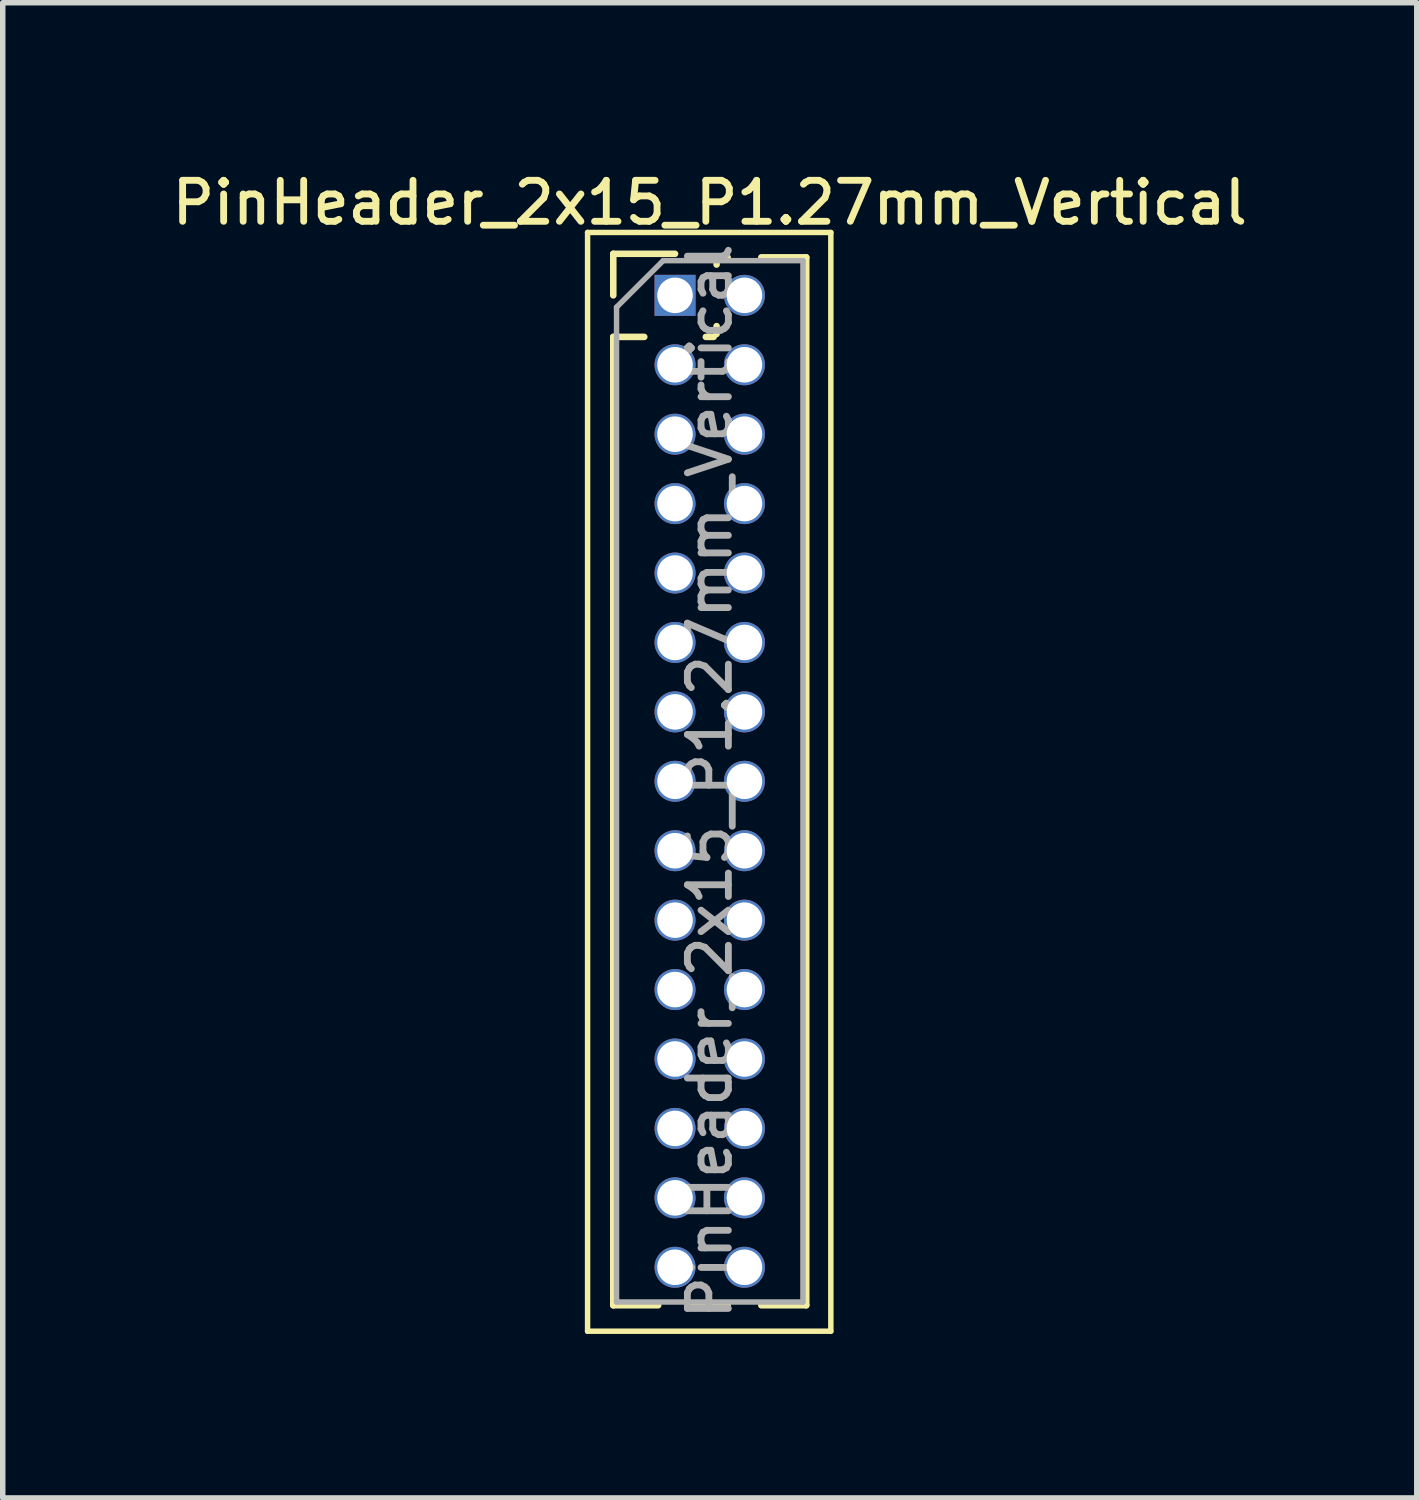
<source format=kicad_pcb>
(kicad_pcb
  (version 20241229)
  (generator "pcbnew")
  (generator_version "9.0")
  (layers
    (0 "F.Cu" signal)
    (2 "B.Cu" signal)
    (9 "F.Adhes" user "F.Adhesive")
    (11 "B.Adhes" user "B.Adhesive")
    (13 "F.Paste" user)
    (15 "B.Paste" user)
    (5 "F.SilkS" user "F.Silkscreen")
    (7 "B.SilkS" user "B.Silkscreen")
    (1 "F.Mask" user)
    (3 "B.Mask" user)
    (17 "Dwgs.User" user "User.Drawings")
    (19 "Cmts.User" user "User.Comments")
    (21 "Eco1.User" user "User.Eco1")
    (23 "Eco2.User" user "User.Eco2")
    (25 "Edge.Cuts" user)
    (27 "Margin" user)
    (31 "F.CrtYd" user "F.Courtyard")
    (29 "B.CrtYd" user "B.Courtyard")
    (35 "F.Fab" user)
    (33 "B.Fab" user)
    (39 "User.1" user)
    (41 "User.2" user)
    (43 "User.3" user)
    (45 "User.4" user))
  (footprint "PinHeader_2x15_P1.27mm_Vertical"
    (layer "F.Cu")
    (at 9.299 2.353)
    (property "Reference" "PinHeader_2x15_P1.27mm_Vertical" (at 0.635 -1.695 0) (layer "F.SilkS") (effects (font (size 0.75 0.75) (thickness 0.125))))
    (attr through_hole)
    (fp_line (start -1.6 -1.15) (end -1.6 18.95) (stroke (width 0.1) (type solid)) (layer "F.SilkS"))
    (fp_line (start -1.6 18.95) (end 2.85 18.95) (stroke (width 0.1) (type solid)) (layer "F.SilkS"))
    (fp_line (start -1.13 -0.76) (end 0 -0.76) (stroke (width 0.12) (type solid)) (layer "F.SilkS"))
    (fp_line (start -1.13 0) (end -1.13 -0.76) (stroke (width 0.12) (type solid)) (layer "F.SilkS"))
    (fp_line (start -1.13 0.76) (end -1.13 18.475) (stroke (width 0.12) (type solid)) (layer "F.SilkS"))
    (fp_line (start -1.13 0.76) (end -0.563 0.76) (stroke (width 0.12) (type solid)) (layer "F.SilkS"))
    (fp_line (start -1.13 18.475) (end -0.308 18.475) (stroke (width 0.12) (type solid)) (layer "F.SilkS"))
    (fp_line (start 0.308 18.475) (end 0.962 18.475) (stroke (width 0.12) (type solid)) (layer "F.SilkS"))
    (fp_line (start 0.563 0.76) (end 0.707 0.76) (stroke (width 0.12) (type solid)) (layer "F.SilkS"))
    (fp_line (start 0.76 -0.695) (end 0.962 -0.695) (stroke (width 0.12) (type solid)) (layer "F.SilkS"))
    (fp_line (start 0.76 -0.563) (end 0.76 -0.695) (stroke (width 0.12) (type solid)) (layer "F.SilkS"))
    (fp_line (start 0.76 0.707) (end 0.76 0.563) (stroke (width 0.12) (type solid)) (layer "F.SilkS"))
    (fp_line (start 1.578 -0.695) (end 2.4 -0.695) (stroke (width 0.12) (type solid)) (layer "F.SilkS"))
    (fp_line (start 1.578 18.475) (end 2.4 18.475) (stroke (width 0.12) (type solid)) (layer "F.SilkS"))
    (fp_line (start 2.4 -0.695) (end 2.4 18.475) (stroke (width 0.12) (type solid)) (layer "F.SilkS"))
    (fp_line (start 2.85 -1.15) (end -1.6 -1.15) (stroke (width 0.1) (type solid)) (layer "F.SilkS"))
    (fp_line (start 2.85 18.95) (end 2.85 -1.15) (stroke (width 0.1) (type solid)) (layer "F.SilkS"))
    (fp_line (start -1.07 0.217) (end -0.217 -0.635) (stroke (width 0.1) (type solid)) (layer "F.Fab"))
    (fp_line (start -1.07 18.415) (end -1.07 0.217) (stroke (width 0.1) (type solid)) (layer "F.Fab"))
    (fp_line (start -0.217 -0.635) (end 2.34 -0.635) (stroke (width 0.1) (type solid)) (layer "F.Fab"))
    (fp_line (start 2.34 -0.635) (end 2.34 18.415) (stroke (width 0.1) (type solid)) (layer "F.Fab"))
    (fp_line (start 2.34 18.415) (end -1.07 18.415) (stroke (width 0.1) (type solid)) (layer "F.Fab"))
    (fp_text user "${REFERENCE}" (at 0.635 8.89 90) (layer "F.Fab") (effects (font (size 0.75 0.75) (thickness 0.125))))
    (pad "1" thru_hole rect (at 0 0) (size 0.75 0.75) (drill 0.65) (layers "*.Cu" "*.Mask"))
    (pad "2" thru_hole oval (at 1.27 0) (size 0.75 0.75) (drill 0.65) (layers "*.Cu" "*.Mask"))
    (pad "3" thru_hole oval (at 0 1.27) (size 0.75 0.75) (drill 0.65) (layers "*.Cu" "*.Mask"))
    (pad "4" thru_hole oval (at 1.27 1.27) (size 0.75 0.75) (drill 0.65) (layers "*.Cu" "*.Mask"))
    (pad "5" thru_hole oval (at 0 2.54) (size 0.75 0.75) (drill 0.65) (layers "*.Cu" "*.Mask"))
    (pad "6" thru_hole oval (at 1.27 2.54) (size 0.75 0.75) (drill 0.65) (layers "*.Cu" "*.Mask"))
    (pad "7" thru_hole oval (at 0 3.81) (size 0.75 0.75) (drill 0.65) (layers "*.Cu" "*.Mask"))
    (pad "8" thru_hole oval (at 1.27 3.81) (size 0.75 0.75) (drill 0.65) (layers "*.Cu" "*.Mask"))
    (pad "9" thru_hole oval (at 0 5.08) (size 0.75 0.75) (drill 0.65) (layers "*.Cu" "*.Mask"))
    (pad "10" thru_hole oval (at 1.27 5.08) (size 0.75 0.75) (drill 0.65) (layers "*.Cu" "*.Mask"))
    (pad "11" thru_hole oval (at 0 6.35) (size 0.75 0.75) (drill 0.65) (layers "*.Cu" "*.Mask"))
    (pad "12" thru_hole oval (at 1.27 6.35) (size 0.75 0.75) (drill 0.65) (layers "*.Cu" "*.Mask"))
    (pad "13" thru_hole oval (at 0 7.62) (size 0.75 0.75) (drill 0.65) (layers "*.Cu" "*.Mask"))
    (pad "14" thru_hole oval (at 1.27 7.62) (size 0.75 0.75) (drill 0.65) (layers "*.Cu" "*.Mask"))
    (pad "15" thru_hole oval (at 0 8.89) (size 0.75 0.75) (drill 0.65) (layers "*.Cu" "*.Mask"))
    (pad "16" thru_hole oval (at 1.27 8.89) (size 0.75 0.75) (drill 0.65) (layers "*.Cu" "*.Mask"))
    (pad "17" thru_hole oval (at 0 10.16) (size 0.75 0.75) (drill 0.65) (layers "*.Cu" "*.Mask"))
    (pad "18" thru_hole oval (at 1.27 10.16) (size 0.75 0.75) (drill 0.65) (layers "*.Cu" "*.Mask"))
    (pad "19" thru_hole oval (at 0 11.43) (size 0.75 0.75) (drill 0.65) (layers "*.Cu" "*.Mask"))
    (pad "20" thru_hole oval (at 1.27 11.43) (size 0.75 0.75) (drill 0.65) (layers "*.Cu" "*.Mask"))
    (pad "21" thru_hole oval (at 0 12.7) (size 0.75 0.75) (drill 0.65) (layers "*.Cu" "*.Mask"))
    (pad "22" thru_hole oval (at 1.27 12.7) (size 0.75 0.75) (drill 0.65) (layers "*.Cu" "*.Mask"))
    (pad "23" thru_hole oval (at 0 13.97) (size 0.75 0.75) (drill 0.65) (layers "*.Cu" "*.Mask"))
    (pad "24" thru_hole oval (at 1.27 13.97) (size 0.75 0.75) (drill 0.65) (layers "*.Cu" "*.Mask"))
    (pad "25" thru_hole oval (at 0 15.24) (size 0.75 0.75) (drill 0.65) (layers "*.Cu" "*.Mask"))
    (pad "26" thru_hole oval (at 1.27 15.24) (size 0.75 0.75) (drill 0.65) (layers "*.Cu" "*.Mask"))
    (pad "27" thru_hole oval (at 0 16.51) (size 0.75 0.75) (drill 0.65) (layers "*.Cu" "*.Mask"))
    (pad "28" thru_hole oval (at 1.27 16.51) (size 0.75 0.75) (drill 0.65) (layers "*.Cu" "*.Mask"))
    (pad "29" thru_hole oval (at 0 17.78) (size 0.75 0.75) (drill 0.65) (layers "*.Cu" "*.Mask"))
    (pad "30" thru_hole oval (at 1.27 17.78) (size 0.75 0.75) (drill 0.65) (layers "*.Cu" "*.Mask")))
  (gr_rect
    (start -3 -3)
    (end 22.868 24.353)
    (stroke (width 0.1) (type default))
    (fill no)
    (layer "Edge.Cuts")))
</source>
